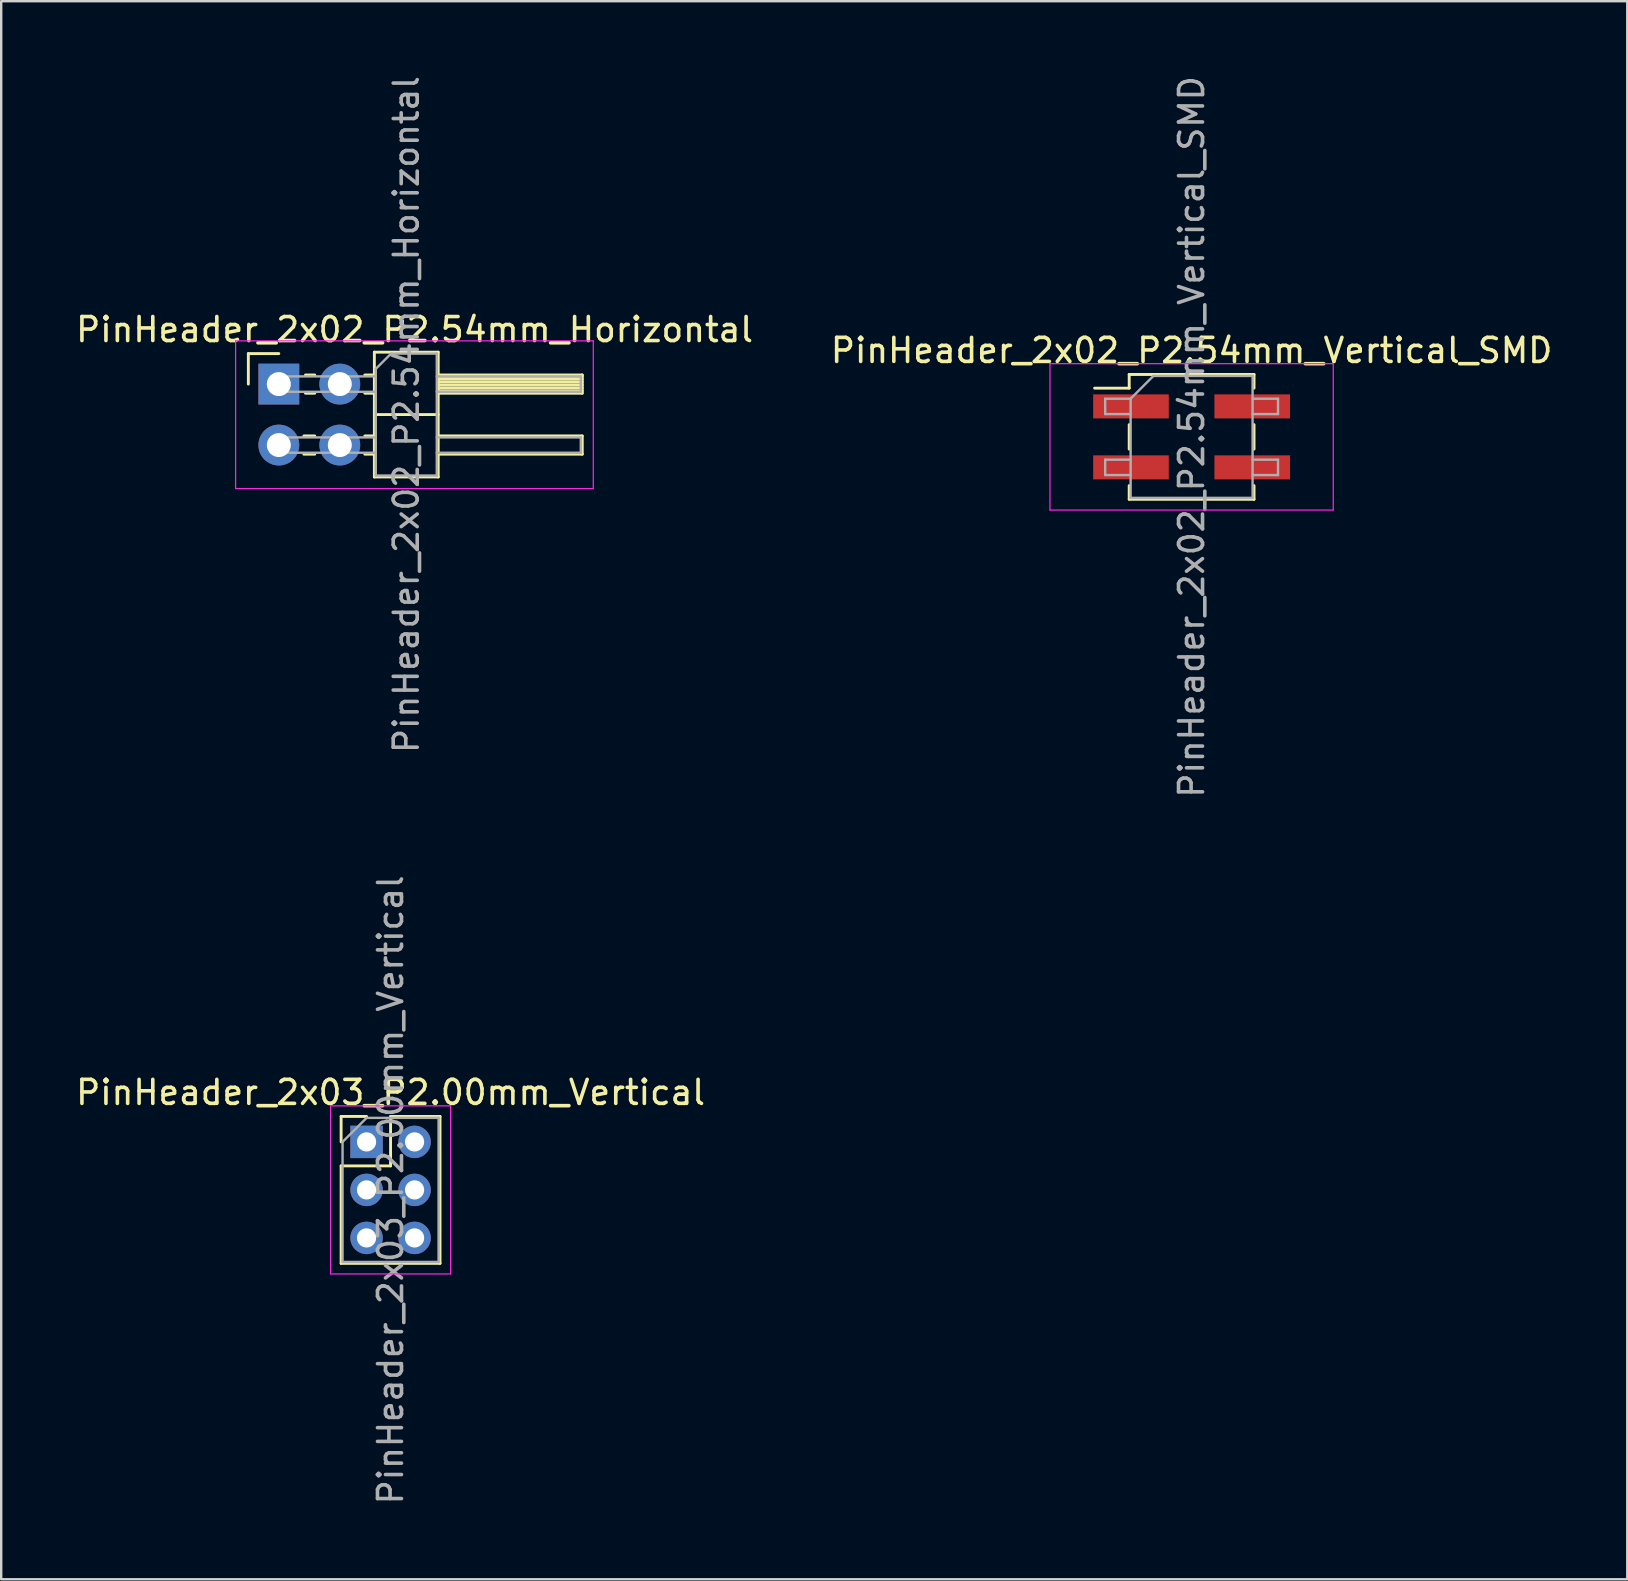
<source format=kicad_pcb>
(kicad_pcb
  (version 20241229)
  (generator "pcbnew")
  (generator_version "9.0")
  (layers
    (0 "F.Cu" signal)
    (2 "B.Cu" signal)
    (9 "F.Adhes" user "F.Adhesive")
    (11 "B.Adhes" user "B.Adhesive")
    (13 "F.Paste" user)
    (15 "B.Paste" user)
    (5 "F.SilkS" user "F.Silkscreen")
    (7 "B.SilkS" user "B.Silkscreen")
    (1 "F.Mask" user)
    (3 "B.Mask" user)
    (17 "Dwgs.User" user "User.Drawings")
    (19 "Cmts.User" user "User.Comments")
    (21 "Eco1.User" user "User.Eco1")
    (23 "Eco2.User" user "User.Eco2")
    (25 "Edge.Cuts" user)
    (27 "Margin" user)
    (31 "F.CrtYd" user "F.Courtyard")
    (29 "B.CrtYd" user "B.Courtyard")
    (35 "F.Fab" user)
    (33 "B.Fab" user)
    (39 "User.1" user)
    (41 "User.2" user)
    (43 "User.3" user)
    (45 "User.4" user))
  (footprint "PinHeader_2x03_P2.00mm_Vertical"
    (layer "F.Cu")
    (at 12.22 44.518)
    (property "Reference" "PinHeader_2x03_P2.00mm_Vertical" (at 1 -2.06 0) (layer "F.SilkS") (effects (font (size 1 1) (thickness 0.15))))
    (attr through_hole)
    (fp_line (start -1.06 -1.06) (end 0 -1.06) (stroke (width 0.12) (type solid)) (layer "F.SilkS"))
    (fp_line (start -1.06 0) (end -1.06 -1.06) (stroke (width 0.12) (type solid)) (layer "F.SilkS"))
    (fp_line (start -1.06 1) (end -1.06 5.06) (stroke (width 0.12) (type solid)) (layer "F.SilkS"))
    (fp_line (start -1.06 1) (end 1 1) (stroke (width 0.12) (type solid)) (layer "F.SilkS"))
    (fp_line (start -1.06 5.06) (end 3.06 5.06) (stroke (width 0.12) (type solid)) (layer "F.SilkS"))
    (fp_line (start 1 -1.06) (end 3.06 -1.06) (stroke (width 0.12) (type solid)) (layer "F.SilkS"))
    (fp_line (start 1 1) (end 1 -1.06) (stroke (width 0.12) (type solid)) (layer "F.SilkS"))
    (fp_line (start 3.06 -1.06) (end 3.06 5.06) (stroke (width 0.12) (type solid)) (layer "F.SilkS"))
    (fp_line (start -1.5 -1.5) (end -1.5 5.5) (stroke (width 0.05) (type solid)) (layer "F.CrtYd"))
    (fp_line (start -1.5 5.5) (end 3.5 5.5) (stroke (width 0.05) (type solid)) (layer "F.CrtYd"))
    (fp_line (start 3.5 -1.5) (end -1.5 -1.5) (stroke (width 0.05) (type solid)) (layer "F.CrtYd"))
    (fp_line (start 3.5 5.5) (end 3.5 -1.5) (stroke (width 0.05) (type solid)) (layer "F.CrtYd"))
    (fp_line (start -1 0) (end 0 -1) (stroke (width 0.1) (type solid)) (layer "F.Fab"))
    (fp_line (start -1 5) (end -1 0) (stroke (width 0.1) (type solid)) (layer "F.Fab"))
    (fp_line (start 0 -1) (end 3 -1) (stroke (width 0.1) (type solid)) (layer "F.Fab"))
    (fp_line (start 3 -1) (end 3 5) (stroke (width 0.1) (type solid)) (layer "F.Fab"))
    (fp_line (start 3 5) (end -1 5) (stroke (width 0.1) (type solid)) (layer "F.Fab"))
    (fp_text user "${REFERENCE}" (at 1 2 90) (layer "F.Fab") (effects (font (size 1 1) (thickness 0.15))))
    (pad "1" thru_hole rect (at 0 0) (size 1.35 1.35) (drill 0.8) (layers "*.Cu" "*.Mask"))
    (pad "2" thru_hole oval (at 2 0) (size 1.35 1.35) (drill 0.8) (layers "*.Cu" "*.Mask"))
    (pad "3" thru_hole oval (at 0 2) (size 1.35 1.35) (drill 0.8) (layers "*.Cu" "*.Mask"))
    (pad "4" thru_hole oval (at 2 2) (size 1.35 1.35) (drill 0.8) (layers "*.Cu" "*.Mask"))
    (pad "5" thru_hole oval (at 0 4) (size 1.35 1.35) (drill 0.8) (layers "*.Cu" "*.Mask"))
    (pad "6" thru_hole oval (at 2 4) (size 1.35 1.35) (drill 0.8) (layers "*.Cu" "*.Mask")))
  (footprint "PinHeader_2x02_P2.54mm_Vertical_SMD"
    (layer "F.Cu")
    (at 46.589 15.149)
    (property "Reference" "PinHeader_2x02_P2.54mm_Vertical_SMD" (at 0 -3.6 0) (layer "F.SilkS") (effects (font (size 1 1) (thickness 0.15))))
    (attr smd)
    (fp_line (start -4.04 -2.03) (end -2.6 -2.03) (stroke (width 0.12) (type solid)) (layer "F.SilkS"))
    (fp_line (start -2.6 -2.6) (end -2.6 -2.03) (stroke (width 0.12) (type solid)) (layer "F.SilkS"))
    (fp_line (start -2.6 -2.6) (end 2.6 -2.6) (stroke (width 0.12) (type solid)) (layer "F.SilkS"))
    (fp_line (start -2.6 -0.51) (end -2.6 0.51) (stroke (width 0.12) (type solid)) (layer "F.SilkS"))
    (fp_line (start -2.6 2.03) (end -2.6 2.6) (stroke (width 0.12) (type solid)) (layer "F.SilkS"))
    (fp_line (start -2.6 2.6) (end 2.6 2.6) (stroke (width 0.12) (type solid)) (layer "F.SilkS"))
    (fp_line (start 2.6 -2.6) (end 2.6 -2.03) (stroke (width 0.12) (type solid)) (layer "F.SilkS"))
    (fp_line (start 2.6 -0.51) (end 2.6 0.51) (stroke (width 0.12) (type solid)) (layer "F.SilkS"))
    (fp_line (start 2.6 2.03) (end 2.6 2.6) (stroke (width 0.12) (type solid)) (layer "F.SilkS"))
    (fp_line (start -5.9 -3.05) (end -5.9 3.05) (stroke (width 0.05) (type solid)) (layer "F.CrtYd"))
    (fp_line (start -5.9 3.05) (end 5.9 3.05) (stroke (width 0.05) (type solid)) (layer "F.CrtYd"))
    (fp_line (start 5.9 -3.05) (end -5.9 -3.05) (stroke (width 0.05) (type solid)) (layer "F.CrtYd"))
    (fp_line (start 5.9 3.05) (end 5.9 -3.05) (stroke (width 0.05) (type solid)) (layer "F.CrtYd"))
    (fp_line (start -3.6 -1.59) (end -3.6 -0.95) (stroke (width 0.1) (type solid)) (layer "F.Fab"))
    (fp_line (start -3.6 -0.95) (end -2.54 -0.95) (stroke (width 0.1) (type solid)) (layer "F.Fab"))
    (fp_line (start -3.6 0.95) (end -3.6 1.59) (stroke (width 0.1) (type solid)) (layer "F.Fab"))
    (fp_line (start -3.6 1.59) (end -2.54 1.59) (stroke (width 0.1) (type solid)) (layer "F.Fab"))
    (fp_line (start -2.54 -1.59) (end -3.6 -1.59) (stroke (width 0.1) (type solid)) (layer "F.Fab"))
    (fp_line (start -2.54 -1.59) (end -1.59 -2.54) (stroke (width 0.1) (type solid)) (layer "F.Fab"))
    (fp_line (start -2.54 0.95) (end -3.6 0.95) (stroke (width 0.1) (type solid)) (layer "F.Fab"))
    (fp_line (start -2.54 2.54) (end -2.54 -1.59) (stroke (width 0.1) (type solid)) (layer "F.Fab"))
    (fp_line (start -1.59 -2.54) (end 2.54 -2.54) (stroke (width 0.1) (type solid)) (layer "F.Fab"))
    (fp_line (start 2.54 -2.54) (end 2.54 2.54) (stroke (width 0.1) (type solid)) (layer "F.Fab"))
    (fp_line (start 2.54 -1.59) (end 3.6 -1.59) (stroke (width 0.1) (type solid)) (layer "F.Fab"))
    (fp_line (start 2.54 0.95) (end 3.6 0.95) (stroke (width 0.1) (type solid)) (layer "F.Fab"))
    (fp_line (start 2.54 2.54) (end -2.54 2.54) (stroke (width 0.1) (type solid)) (layer "F.Fab"))
    (fp_line (start 3.6 -1.59) (end 3.6 -0.95) (stroke (width 0.1) (type solid)) (layer "F.Fab"))
    (fp_line (start 3.6 -0.95) (end 2.54 -0.95) (stroke (width 0.1) (type solid)) (layer "F.Fab"))
    (fp_line (start 3.6 0.95) (end 3.6 1.59) (stroke (width 0.1) (type solid)) (layer "F.Fab"))
    (fp_line (start 3.6 1.59) (end 2.54 1.59) (stroke (width 0.1) (type solid)) (layer "F.Fab"))
    (fp_text user "${REFERENCE}" (at 0 0 90) (layer "F.Fab") (effects (font (size 1 1) (thickness 0.15))))
    (pad "1" smd rect (at -2.525 -1.27) (size 3.15 1) (layers "F.Cu" "F.Mask" "F.Paste"))
    (pad "2" smd rect (at 2.525 -1.27) (size 3.15 1) (layers "F.Cu" "F.Mask" "F.Paste"))
    (pad "3" smd rect (at -2.525 1.27) (size 3.15 1) (layers "F.Cu" "F.Mask" "F.Paste"))
    (pad "4" smd rect (at 2.525 1.27) (size 3.15 1) (layers "F.Cu" "F.Mask" "F.Paste")))
  (footprint "PinHeader_2x02_P2.54mm_Horizontal"
    (layer "F.Cu")
    (at 8.565 12.95)
    (property "Reference" "PinHeader_2x02_P2.54mm_Horizontal" (at 5.655 -2.27 0) (layer "F.SilkS") (effects (font (size 1 1) (thickness 0.15))))
    (attr through_hole)
    (fp_line (start -1.27 -1.27) (end 0 -1.27) (stroke (width 0.12) (type solid)) (layer "F.SilkS"))
    (fp_line (start -1.27 0) (end -1.27 -1.27) (stroke (width 0.12) (type solid)) (layer "F.SilkS"))
    (fp_line (start 1.043 2.16) (end 1.497 2.16) (stroke (width 0.12) (type solid)) (layer "F.SilkS"))
    (fp_line (start 1.043 2.92) (end 1.497 2.92) (stroke (width 0.12) (type solid)) (layer "F.SilkS"))
    (fp_line (start 1.11 -0.38) (end 1.497 -0.38) (stroke (width 0.12) (type solid)) (layer "F.SilkS"))
    (fp_line (start 1.11 0.38) (end 1.497 0.38) (stroke (width 0.12) (type solid)) (layer "F.SilkS"))
    (fp_line (start 3.583 -0.38) (end 3.98 -0.38) (stroke (width 0.12) (type solid)) (layer "F.SilkS"))
    (fp_line (start 3.583 0.38) (end 3.98 0.38) (stroke (width 0.12) (type solid)) (layer "F.SilkS"))
    (fp_line (start 3.583 2.16) (end 3.98 2.16) (stroke (width 0.12) (type solid)) (layer "F.SilkS"))
    (fp_line (start 3.583 2.92) (end 3.98 2.92) (stroke (width 0.12) (type solid)) (layer "F.SilkS"))
    (fp_line (start 3.98 -1.33) (end 3.98 3.87) (stroke (width 0.12) (type solid)) (layer "F.SilkS"))
    (fp_line (start 3.98 1.27) (end 6.64 1.27) (stroke (width 0.12) (type solid)) (layer "F.SilkS"))
    (fp_line (start 3.98 3.87) (end 6.64 3.87) (stroke (width 0.12) (type solid)) (layer "F.SilkS"))
    (fp_line (start 6.64 -1.33) (end 3.98 -1.33) (stroke (width 0.12) (type solid)) (layer "F.SilkS"))
    (fp_line (start 6.64 -0.38) (end 12.64 -0.38) (stroke (width 0.12) (type solid)) (layer "F.SilkS"))
    (fp_line (start 6.64 -0.32) (end 12.64 -0.32) (stroke (width 0.12) (type solid)) (layer "F.SilkS"))
    (fp_line (start 6.64 -0.2) (end 12.64 -0.2) (stroke (width 0.12) (type solid)) (layer "F.SilkS"))
    (fp_line (start 6.64 -0.08) (end 12.64 -0.08) (stroke (width 0.12) (type solid)) (layer "F.SilkS"))
    (fp_line (start 6.64 0.04) (end 12.64 0.04) (stroke (width 0.12) (type solid)) (layer "F.SilkS"))
    (fp_line (start 6.64 0.16) (end 12.64 0.16) (stroke (width 0.12) (type solid)) (layer "F.SilkS"))
    (fp_line (start 6.64 0.28) (end 12.64 0.28) (stroke (width 0.12) (type solid)) (layer "F.SilkS"))
    (fp_line (start 6.64 2.16) (end 12.64 2.16) (stroke (width 0.12) (type solid)) (layer "F.SilkS"))
    (fp_line (start 6.64 3.87) (end 6.64 -1.33) (stroke (width 0.12) (type solid)) (layer "F.SilkS"))
    (fp_line (start 12.64 -0.38) (end 12.64 0.38) (stroke (width 0.12) (type solid)) (layer "F.SilkS"))
    (fp_line (start 12.64 0.38) (end 6.64 0.38) (stroke (width 0.12) (type solid)) (layer "F.SilkS"))
    (fp_line (start 12.64 2.16) (end 12.64 2.92) (stroke (width 0.12) (type solid)) (layer "F.SilkS"))
    (fp_line (start 12.64 2.92) (end 6.64 2.92) (stroke (width 0.12) (type solid)) (layer "F.SilkS"))
    (fp_line (start -1.8 -1.8) (end -1.8 4.35) (stroke (width 0.05) (type solid)) (layer "F.CrtYd"))
    (fp_line (start -1.8 4.35) (end 13.1 4.35) (stroke (width 0.05) (type solid)) (layer "F.CrtYd"))
    (fp_line (start 13.1 -1.8) (end -1.8 -1.8) (stroke (width 0.05) (type solid)) (layer "F.CrtYd"))
    (fp_line (start 13.1 4.35) (end 13.1 -1.8) (stroke (width 0.05) (type solid)) (layer "F.CrtYd"))
    (fp_line (start -0.32 -0.32) (end -0.32 0.32) (stroke (width 0.1) (type solid)) (layer "F.Fab"))
    (fp_line (start -0.32 -0.32) (end 4.04 -0.32) (stroke (width 0.1) (type solid)) (layer "F.Fab"))
    (fp_line (start -0.32 0.32) (end 4.04 0.32) (stroke (width 0.1) (type solid)) (layer "F.Fab"))
    (fp_line (start -0.32 2.22) (end -0.32 2.86) (stroke (width 0.1) (type solid)) (layer "F.Fab"))
    (fp_line (start -0.32 2.22) (end 4.04 2.22) (stroke (width 0.1) (type solid)) (layer "F.Fab"))
    (fp_line (start -0.32 2.86) (end 4.04 2.86) (stroke (width 0.1) (type solid)) (layer "F.Fab"))
    (fp_line (start 4.04 -0.635) (end 4.675 -1.27) (stroke (width 0.1) (type solid)) (layer "F.Fab"))
    (fp_line (start 4.04 3.81) (end 4.04 -0.635) (stroke (width 0.1) (type solid)) (layer "F.Fab"))
    (fp_line (start 4.675 -1.27) (end 6.58 -1.27) (stroke (width 0.1) (type solid)) (layer "F.Fab"))
    (fp_line (start 6.58 -1.27) (end 6.58 3.81) (stroke (width 0.1) (type solid)) (layer "F.Fab"))
    (fp_line (start 6.58 -0.32) (end 12.58 -0.32) (stroke (width 0.1) (type solid)) (layer "F.Fab"))
    (fp_line (start 6.58 0.32) (end 12.58 0.32) (stroke (width 0.1) (type solid)) (layer "F.Fab"))
    (fp_line (start 6.58 2.22) (end 12.58 2.22) (stroke (width 0.1) (type solid)) (layer "F.Fab"))
    (fp_line (start 6.58 2.86) (end 12.58 2.86) (stroke (width 0.1) (type solid)) (layer "F.Fab"))
    (fp_line (start 6.58 3.81) (end 4.04 3.81) (stroke (width 0.1) (type solid)) (layer "F.Fab"))
    (fp_line (start 12.58 -0.32) (end 12.58 0.32) (stroke (width 0.1) (type solid)) (layer "F.Fab"))
    (fp_line (start 12.58 2.22) (end 12.58 2.86) (stroke (width 0.1) (type solid)) (layer "F.Fab"))
    (fp_text user "${REFERENCE}" (at 5.31 1.27 90) (layer "F.Fab") (effects (font (size 1 1) (thickness 0.15))))
    (pad "1" thru_hole rect (at 0 0) (size 1.7 1.7) (drill 1) (layers "*.Cu" "*.Mask"))
    (pad "2" thru_hole oval (at 2.54 0) (size 1.7 1.7) (drill 1) (layers "*.Cu" "*.Mask"))
    (pad "3" thru_hole oval (at 0 2.54) (size 1.7 1.7) (drill 1) (layers "*.Cu" "*.Mask"))
    (pad "4" thru_hole oval (at 2.54 2.54) (size 1.7 1.7) (drill 1) (layers "*.Cu" "*.Mask")))
  (gr_rect
    (start -3 -3)
    (end 64.738 62.738)
    (stroke (width 0.1) (type default))
    (fill no)
    (layer "Edge.Cuts")))
</source>
